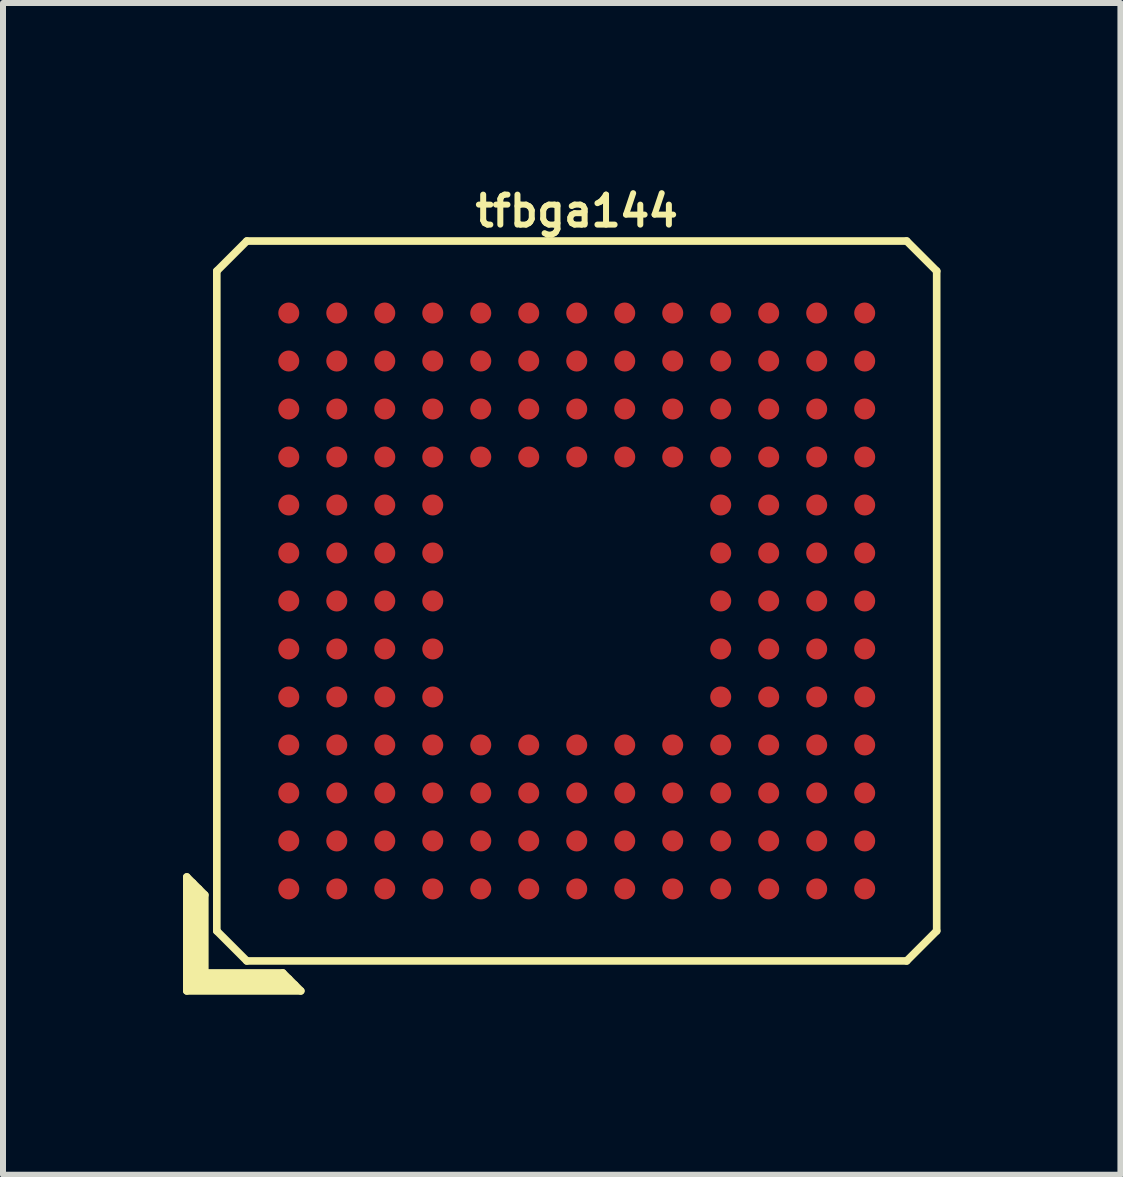
<source format=kicad_pcb>
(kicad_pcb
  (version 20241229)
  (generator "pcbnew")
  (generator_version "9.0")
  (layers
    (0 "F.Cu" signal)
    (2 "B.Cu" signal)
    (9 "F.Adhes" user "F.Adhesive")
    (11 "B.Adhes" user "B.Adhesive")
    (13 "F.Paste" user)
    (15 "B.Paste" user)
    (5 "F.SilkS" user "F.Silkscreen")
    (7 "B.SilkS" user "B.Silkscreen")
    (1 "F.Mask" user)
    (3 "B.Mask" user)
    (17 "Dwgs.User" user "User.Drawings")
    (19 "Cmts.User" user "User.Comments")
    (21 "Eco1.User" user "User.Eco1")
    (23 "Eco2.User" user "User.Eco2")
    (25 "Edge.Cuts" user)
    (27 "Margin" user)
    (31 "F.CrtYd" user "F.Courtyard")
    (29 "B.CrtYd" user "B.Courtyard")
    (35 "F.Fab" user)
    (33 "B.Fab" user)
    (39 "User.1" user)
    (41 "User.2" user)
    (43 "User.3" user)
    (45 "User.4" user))
  (footprint "tfbga144"
    (layer "F.Cu")
    (at 6.564 6.968)
    (property "Reference" "tfbga144" (at 0 -6.5 0) (layer "F.SilkS") (effects (font (size 0.5 0.5) (thickness 0.1))))
    (attr through_hole)
    (fp_line (start -6.5 4.6) (end -6.2 4.9) (stroke (width 0.127) (type solid)) (layer "F.SilkS"))
    (fp_line (start -6.5 6.5) (end -6.5 4.6) (stroke (width 0.127) (type solid)) (layer "F.SilkS"))
    (fp_line (start -6.4 6.4) (end -6.4 4.7) (stroke (width 0.127) (type solid)) (layer "F.SilkS"))
    (fp_line (start -6.3 4.8) (end -6.3 6.3) (stroke (width 0.127) (type solid)) (layer "F.SilkS"))
    (fp_line (start -6.3 6.3) (end -4.8 6.3) (stroke (width 0.127) (type solid)) (layer "F.SilkS"))
    (fp_line (start -6.2 4.9) (end -6.2 6.2) (stroke (width 0.127) (type solid)) (layer "F.SilkS"))
    (fp_line (start -6.2 6.2) (end -4.9 6.2) (stroke (width 0.127) (type solid)) (layer "F.SilkS"))
    (fp_line (start -6 -5.5) (end -5.5 -6) (stroke (width 0.127) (type solid)) (layer "F.SilkS"))
    (fp_line (start -6 5.5) (end -6 -5.5) (stroke (width 0.127) (type solid)) (layer "F.SilkS"))
    (fp_line (start -5.5 -6) (end 5.5 -6) (stroke (width 0.127) (type solid)) (layer "F.SilkS"))
    (fp_line (start -5.5 6) (end -6 5.5) (stroke (width 0.127) (type solid)) (layer "F.SilkS"))
    (fp_line (start -4.9 6.2) (end -4.6 6.5) (stroke (width 0.127) (type solid)) (layer "F.SilkS"))
    (fp_line (start -4.7 6.4) (end -6.4 6.4) (stroke (width 0.127) (type solid)) (layer "F.SilkS"))
    (fp_line (start -4.6 6.5) (end -6.5 6.5) (stroke (width 0.127) (type solid)) (layer "F.SilkS"))
    (fp_line (start 5.5 -6) (end 6 -5.5) (stroke (width 0.127) (type solid)) (layer "F.SilkS"))
    (fp_line (start 5.5 6) (end -5.5 6) (stroke (width 0.127) (type solid)) (layer "F.SilkS"))
    (fp_line (start 6 -5.5) (end 6 5.5) (stroke (width 0.127) (type solid)) (layer "F.SilkS"))
    (fp_line (start 6 5.5) (end 5.5 6) (stroke (width 0.127) (type solid)) (layer "F.SilkS"))
    (pad "A1" smd circle (at -4.8 4.8) (size 0.35 0.35) (layers "F.Cu" "F.Mask" "F.Paste"))
    (pad "A2" smd circle (at -4 4.8) (size 0.35 0.35) (layers "F.Cu" "F.Mask" "F.Paste"))
    (pad "A3" smd circle (at -3.2 4.8) (size 0.35 0.35) (layers "F.Cu" "F.Mask" "F.Paste"))
    (pad "A4" smd circle (at -2.4 4.8) (size 0.35 0.35) (layers "F.Cu" "F.Mask" "F.Paste"))
    (pad "A5" smd circle (at -1.6 4.8) (size 0.35 0.35) (layers "F.Cu" "F.Mask" "F.Paste"))
    (pad "A6" smd circle (at -0.8 4.8) (size 0.35 0.35) (layers "F.Cu" "F.Mask" "F.Paste"))
    (pad "A7" smd circle (at 0 4.8) (size 0.35 0.35) (layers "F.Cu" "F.Mask" "F.Paste"))
    (pad "A8" smd circle (at 0.8 4.8) (size 0.35 0.35) (layers "F.Cu" "F.Mask" "F.Paste"))
    (pad "A9" smd circle (at 1.6 4.8) (size 0.35 0.35) (layers "F.Cu" "F.Mask" "F.Paste"))
    (pad "A10" smd circle (at 2.4 4.8) (size 0.35 0.35) (layers "F.Cu" "F.Mask" "F.Paste"))
    (pad "A11" smd circle (at 3.2 4.8) (size 0.35 0.35) (layers "F.Cu" "F.Mask" "F.Paste"))
    (pad "A12" smd circle (at 4 4.8) (size 0.35 0.35) (layers "F.Cu" "F.Mask" "F.Paste"))
    (pad "A13" smd circle (at 4.8 4.8) (size 0.35 0.35) (layers "F.Cu" "F.Mask" "F.Paste"))
    (pad "B1" smd circle (at -4.8 4) (size 0.35 0.35) (layers "F.Cu" "F.Mask" "F.Paste"))
    (pad "B2" smd circle (at -4 4) (size 0.35 0.35) (layers "F.Cu" "F.Mask" "F.Paste"))
    (pad "B3" smd circle (at -3.2 4) (size 0.35 0.35) (layers "F.Cu" "F.Mask" "F.Paste"))
    (pad "B4" smd circle (at -2.4 4) (size 0.35 0.35) (layers "F.Cu" "F.Mask" "F.Paste"))
    (pad "B5" smd circle (at -1.6 4) (size 0.35 0.35) (layers "F.Cu" "F.Mask" "F.Paste"))
    (pad "B6" smd circle (at -0.8 4) (size 0.35 0.35) (layers "F.Cu" "F.Mask" "F.Paste"))
    (pad "B7" smd circle (at 0 4) (size 0.35 0.35) (layers "F.Cu" "F.Mask" "F.Paste"))
    (pad "B8" smd circle (at 0.8 4) (size 0.35 0.35) (layers "F.Cu" "F.Mask" "F.Paste"))
    (pad "B9" smd circle (at 1.6 4) (size 0.35 0.35) (layers "F.Cu" "F.Mask" "F.Paste"))
    (pad "B10" smd circle (at 2.4 4) (size 0.35 0.35) (layers "F.Cu" "F.Mask" "F.Paste"))
    (pad "B11" smd circle (at 3.2 4) (size 0.35 0.35) (layers "F.Cu" "F.Mask" "F.Paste"))
    (pad "B12" smd circle (at 4 4) (size 0.35 0.35) (layers "F.Cu" "F.Mask" "F.Paste"))
    (pad "B13" smd circle (at 4.8 4) (size 0.35 0.35) (layers "F.Cu" "F.Mask" "F.Paste"))
    (pad "C1" smd circle (at -4.8 3.2) (size 0.35 0.35) (layers "F.Cu" "F.Mask" "F.Paste"))
    (pad "C2" smd circle (at -4 3.2) (size 0.35 0.35) (layers "F.Cu" "F.Mask" "F.Paste"))
    (pad "C3" smd circle (at -3.2 3.2) (size 0.35 0.35) (layers "F.Cu" "F.Mask" "F.Paste"))
    (pad "C4" smd circle (at -2.4 3.2) (size 0.35 0.35) (layers "F.Cu" "F.Mask" "F.Paste"))
    (pad "C5" smd circle (at -1.6 3.2) (size 0.35 0.35) (layers "F.Cu" "F.Mask" "F.Paste"))
    (pad "C6" smd circle (at -0.8 3.2) (size 0.35 0.35) (layers "F.Cu" "F.Mask" "F.Paste"))
    (pad "C7" smd circle (at 0 3.2) (size 0.35 0.35) (layers "F.Cu" "F.Mask" "F.Paste"))
    (pad "C8" smd circle (at 0.8 3.2) (size 0.35 0.35) (layers "F.Cu" "F.Mask" "F.Paste"))
    (pad "C9" smd circle (at 1.6 3.2) (size 0.35 0.35) (layers "F.Cu" "F.Mask" "F.Paste"))
    (pad "C10" smd circle (at 2.4 3.2) (size 0.35 0.35) (layers "F.Cu" "F.Mask" "F.Paste"))
    (pad "C11" smd circle (at 3.2 3.2) (size 0.35 0.35) (layers "F.Cu" "F.Mask" "F.Paste"))
    (pad "C12" smd circle (at 4 3.2) (size 0.35 0.35) (layers "F.Cu" "F.Mask" "F.Paste"))
    (pad "C13" smd circle (at 4.8 3.2) (size 0.35 0.35) (layers "F.Cu" "F.Mask" "F.Paste"))
    (pad "D1" smd circle (at -4.8 2.4) (size 0.35 0.35) (layers "F.Cu" "F.Mask" "F.Paste"))
    (pad "D2" smd circle (at -4 2.4) (size 0.35 0.35) (layers "F.Cu" "F.Mask" "F.Paste"))
    (pad "D3" smd circle (at -3.2 2.4) (size 0.35 0.35) (layers "F.Cu" "F.Mask" "F.Paste"))
    (pad "D4" smd circle (at -2.4 2.4) (size 0.35 0.35) (layers "F.Cu" "F.Mask" "F.Paste"))
    (pad "D5" smd circle (at -1.6 2.4) (size 0.35 0.35) (layers "F.Cu" "F.Mask" "F.Paste"))
    (pad "D6" smd circle (at -0.8 2.4) (size 0.35 0.35) (layers "F.Cu" "F.Mask" "F.Paste"))
    (pad "D7" smd circle (at 0 2.4) (size 0.35 0.35) (layers "F.Cu" "F.Mask" "F.Paste"))
    (pad "D8" smd circle (at 0.8 2.4) (size 0.35 0.35) (layers "F.Cu" "F.Mask" "F.Paste"))
    (pad "D9" smd circle (at 1.6 2.4) (size 0.35 0.35) (layers "F.Cu" "F.Mask" "F.Paste"))
    (pad "D10" smd circle (at 2.4 2.4) (size 0.35 0.35) (layers "F.Cu" "F.Mask" "F.Paste"))
    (pad "D11" smd circle (at 3.2 2.4) (size 0.35 0.35) (layers "F.Cu" "F.Mask" "F.Paste"))
    (pad "D12" smd circle (at 4 2.4) (size 0.35 0.35) (layers "F.Cu" "F.Mask" "F.Paste"))
    (pad "D13" smd circle (at 4.8 2.4) (size 0.35 0.35) (layers "F.Cu" "F.Mask" "F.Paste"))
    (pad "E1" smd circle (at -4.8 1.6) (size 0.35 0.35) (layers "F.Cu" "F.Mask" "F.Paste"))
    (pad "E2" smd circle (at -4 1.6) (size 0.35 0.35) (layers "F.Cu" "F.Mask" "F.Paste"))
    (pad "E3" smd circle (at -3.2 1.6) (size 0.35 0.35) (layers "F.Cu" "F.Mask" "F.Paste"))
    (pad "E4" smd circle (at -2.4 1.6) (size 0.35 0.35) (layers "F.Cu" "F.Mask" "F.Paste"))
    (pad "E10" smd circle (at 2.4 1.6) (size 0.35 0.35) (layers "F.Cu" "F.Mask" "F.Paste"))
    (pad "E11" smd circle (at 3.2 1.6) (size 0.35 0.35) (layers "F.Cu" "F.Mask" "F.Paste"))
    (pad "E12" smd circle (at 4 1.6) (size 0.35 0.35) (layers "F.Cu" "F.Mask" "F.Paste"))
    (pad "E13" smd circle (at 4.8 1.6) (size 0.35 0.35) (layers "F.Cu" "F.Mask" "F.Paste"))
    (pad "F1" smd circle (at -4.8 0.8) (size 0.35 0.35) (layers "F.Cu" "F.Mask" "F.Paste"))
    (pad "F2" smd circle (at -4 0.8) (size 0.35 0.35) (layers "F.Cu" "F.Mask" "F.Paste"))
    (pad "F3" smd circle (at -3.2 0.8) (size 0.35 0.35) (layers "F.Cu" "F.Mask" "F.Paste"))
    (pad "F4" smd circle (at -2.4 0.8) (size 0.35 0.35) (layers "F.Cu" "F.Mask" "F.Paste"))
    (pad "F10" smd circle (at 2.4 0.8) (size 0.35 0.35) (layers "F.Cu" "F.Mask" "F.Paste"))
    (pad "F11" smd circle (at 3.2 0.8) (size 0.35 0.35) (layers "F.Cu" "F.Mask" "F.Paste"))
    (pad "F12" smd circle (at 4 0.8) (size 0.35 0.35) (layers "F.Cu" "F.Mask" "F.Paste"))
    (pad "F13" smd circle (at 4.8 0.8) (size 0.35 0.35) (layers "F.Cu" "F.Mask" "F.Paste"))
    (pad "G1" smd circle (at -4.8 0) (size 0.35 0.35) (layers "F.Cu" "F.Mask" "F.Paste"))
    (pad "G2" smd circle (at -4 0) (size 0.35 0.35) (layers "F.Cu" "F.Mask" "F.Paste"))
    (pad "G3" smd circle (at -3.2 0) (size 0.35 0.35) (layers "F.Cu" "F.Mask" "F.Paste"))
    (pad "G4" smd circle (at -2.4 0) (size 0.35 0.35) (layers "F.Cu" "F.Mask" "F.Paste"))
    (pad "G10" smd circle (at 2.4 0) (size 0.35 0.35) (layers "F.Cu" "F.Mask" "F.Paste"))
    (pad "G11" smd circle (at 3.2 0) (size 0.35 0.35) (layers "F.Cu" "F.Mask" "F.Paste"))
    (pad "G12" smd circle (at 4 0) (size 0.35 0.35) (layers "F.Cu" "F.Mask" "F.Paste"))
    (pad "G13" smd circle (at 4.8 0) (size 0.35 0.35) (layers "F.Cu" "F.Mask" "F.Paste"))
    (pad "H1" smd circle (at -4.8 -0.8) (size 0.35 0.35) (layers "F.Cu" "F.Mask" "F.Paste"))
    (pad "H2" smd circle (at -4 -0.8) (size 0.35 0.35) (layers "F.Cu" "F.Mask" "F.Paste"))
    (pad "H3" smd circle (at -3.2 -0.8) (size 0.35 0.35) (layers "F.Cu" "F.Mask" "F.Paste"))
    (pad "H4" smd circle (at -2.4 -0.8) (size 0.35 0.35) (layers "F.Cu" "F.Mask" "F.Paste"))
    (pad "H10" smd circle (at 2.4 -0.8) (size 0.35 0.35) (layers "F.Cu" "F.Mask" "F.Paste"))
    (pad "H11" smd circle (at 3.2 -0.8) (size 0.35 0.35) (layers "F.Cu" "F.Mask" "F.Paste"))
    (pad "H12" smd circle (at 4 -0.8) (size 0.35 0.35) (layers "F.Cu" "F.Mask" "F.Paste"))
    (pad "H13" smd circle (at 4.8 -0.8) (size 0.35 0.35) (layers "F.Cu" "F.Mask" "F.Paste"))
    (pad "J1" smd circle (at -4.8 -1.6) (size 0.35 0.35) (layers "F.Cu" "F.Mask" "F.Paste"))
    (pad "J2" smd circle (at -4 -1.6) (size 0.35 0.35) (layers "F.Cu" "F.Mask" "F.Paste"))
    (pad "J3" smd circle (at -3.2 -1.6) (size 0.35 0.35) (layers "F.Cu" "F.Mask" "F.Paste"))
    (pad "J4" smd circle (at -2.4 -1.6) (size 0.35 0.35) (layers "F.Cu" "F.Mask" "F.Paste"))
    (pad "J10" smd circle (at 2.4 -1.6) (size 0.35 0.35) (layers "F.Cu" "F.Mask" "F.Paste"))
    (pad "J11" smd circle (at 3.2 -1.6) (size 0.35 0.35) (layers "F.Cu" "F.Mask" "F.Paste"))
    (pad "J12" smd circle (at 4 -1.6) (size 0.35 0.35) (layers "F.Cu" "F.Mask" "F.Paste"))
    (pad "J13" smd circle (at 4.8 -1.6) (size 0.35 0.35) (layers "F.Cu" "F.Mask" "F.Paste"))
    (pad "K1" smd circle (at -4.8 -2.4) (size 0.35 0.35) (layers "F.Cu" "F.Mask" "F.Paste"))
    (pad "K2" smd circle (at -4 -2.4) (size 0.35 0.35) (layers "F.Cu" "F.Mask" "F.Paste"))
    (pad "K3" smd circle (at -3.2 -2.4) (size 0.35 0.35) (layers "F.Cu" "F.Mask" "F.Paste"))
    (pad "K4" smd circle (at -2.4 -2.4) (size 0.35 0.35) (layers "F.Cu" "F.Mask" "F.Paste"))
    (pad "K5" smd circle (at -1.6 -2.4) (size 0.35 0.35) (layers "F.Cu" "F.Mask" "F.Paste"))
    (pad "K6" smd circle (at -0.8 -2.4) (size 0.35 0.35) (layers "F.Cu" "F.Mask" "F.Paste"))
    (pad "K7" smd circle (at 0 -2.4) (size 0.35 0.35) (layers "F.Cu" "F.Mask" "F.Paste"))
    (pad "K8" smd circle (at 0.8 -2.4) (size 0.35 0.35) (layers "F.Cu" "F.Mask" "F.Paste"))
    (pad "K9" smd circle (at 1.6 -2.4) (size 0.35 0.35) (layers "F.Cu" "F.Mask" "F.Paste"))
    (pad "K10" smd circle (at 2.4 -2.4) (size 0.35 0.35) (layers "F.Cu" "F.Mask" "F.Paste"))
    (pad "K11" smd circle (at 3.2 -2.4) (size 0.35 0.35) (layers "F.Cu" "F.Mask" "F.Paste"))
    (pad "K12" smd circle (at 4 -2.4) (size 0.35 0.35) (layers "F.Cu" "F.Mask" "F.Paste"))
    (pad "K13" smd circle (at 4.8 -2.4) (size 0.35 0.35) (layers "F.Cu" "F.Mask" "F.Paste"))
    (pad "L1" smd circle (at -4.8 -3.2) (size 0.35 0.35) (layers "F.Cu" "F.Mask" "F.Paste"))
    (pad "L2" smd circle (at -4 -3.2) (size 0.35 0.35) (layers "F.Cu" "F.Mask" "F.Paste"))
    (pad "L3" smd circle (at -3.2 -3.2) (size 0.35 0.35) (layers "F.Cu" "F.Mask" "F.Paste"))
    (pad "L4" smd circle (at -2.4 -3.2) (size 0.35 0.35) (layers "F.Cu" "F.Mask" "F.Paste"))
    (pad "L5" smd circle (at -1.6 -3.2) (size 0.35 0.35) (layers "F.Cu" "F.Mask" "F.Paste"))
    (pad "L6" smd circle (at -0.8 -3.2) (size 0.35 0.35) (layers "F.Cu" "F.Mask" "F.Paste"))
    (pad "L7" smd circle (at 0 -3.2) (size 0.35 0.35) (layers "F.Cu" "F.Mask" "F.Paste"))
    (pad "L8" smd circle (at 0.8 -3.2) (size 0.35 0.35) (layers "F.Cu" "F.Mask" "F.Paste"))
    (pad "L9" smd circle (at 1.6 -3.2) (size 0.35 0.35) (layers "F.Cu" "F.Mask" "F.Paste"))
    (pad "L10" smd circle (at 2.4 -3.2) (size 0.35 0.35) (layers "F.Cu" "F.Mask" "F.Paste"))
    (pad "L11" smd circle (at 3.2 -3.2) (size 0.35 0.35) (layers "F.Cu" "F.Mask" "F.Paste"))
    (pad "L12" smd circle (at 4 -3.2) (size 0.35 0.35) (layers "F.Cu" "F.Mask" "F.Paste"))
    (pad "L13" smd circle (at 4.8 -3.2) (size 0.35 0.35) (layers "F.Cu" "F.Mask" "F.Paste"))
    (pad "M1" smd circle (at -4.8 -4) (size 0.35 0.35) (layers "F.Cu" "F.Mask" "F.Paste"))
    (pad "M2" smd circle (at -4 -4) (size 0.35 0.35) (layers "F.Cu" "F.Mask" "F.Paste"))
    (pad "M3" smd circle (at -3.2 -4) (size 0.35 0.35) (layers "F.Cu" "F.Mask" "F.Paste"))
    (pad "M4" smd circle (at -2.4 -4) (size 0.35 0.35) (layers "F.Cu" "F.Mask" "F.Paste"))
    (pad "M5" smd circle (at -1.6 -4) (size 0.35 0.35) (layers "F.Cu" "F.Mask" "F.Paste"))
    (pad "M6" smd circle (at -0.8 -4) (size 0.35 0.35) (layers "F.Cu" "F.Mask" "F.Paste"))
    (pad "M7" smd circle (at 0 -4) (size 0.35 0.35) (layers "F.Cu" "F.Mask" "F.Paste"))
    (pad "M8" smd circle (at 0.8 -4) (size 0.35 0.35) (layers "F.Cu" "F.Mask" "F.Paste"))
    (pad "M9" smd circle (at 1.6 -4) (size 0.35 0.35) (layers "F.Cu" "F.Mask" "F.Paste"))
    (pad "M10" smd circle (at 2.4 -4) (size 0.35 0.35) (layers "F.Cu" "F.Mask" "F.Paste"))
    (pad "M11" smd circle (at 3.2 -4) (size 0.35 0.35) (layers "F.Cu" "F.Mask" "F.Paste"))
    (pad "M12" smd circle (at 4 -4) (size 0.35 0.35) (layers "F.Cu" "F.Mask" "F.Paste"))
    (pad "M13" smd circle (at 4.8 -4) (size 0.35 0.35) (layers "F.Cu" "F.Mask" "F.Paste"))
    (pad "N1" smd circle (at -4.8 -4.8) (size 0.35 0.35) (layers "F.Cu" "F.Mask" "F.Paste"))
    (pad "N2" smd circle (at -4 -4.8) (size 0.35 0.35) (layers "F.Cu" "F.Mask" "F.Paste"))
    (pad "N3" smd circle (at -3.2 -4.8) (size 0.35 0.35) (layers "F.Cu" "F.Mask" "F.Paste"))
    (pad "N4" smd circle (at -2.4 -4.8) (size 0.35 0.35) (layers "F.Cu" "F.Mask" "F.Paste"))
    (pad "N5" smd circle (at -1.6 -4.8) (size 0.35 0.35) (layers "F.Cu" "F.Mask" "F.Paste"))
    (pad "N6" smd circle (at -0.8 -4.8) (size 0.35 0.35) (layers "F.Cu" "F.Mask" "F.Paste"))
    (pad "N7" smd circle (at 0 -4.8) (size 0.35 0.35) (layers "F.Cu" "F.Mask" "F.Paste"))
    (pad "N8" smd circle (at 0.8 -4.8) (size 0.35 0.35) (layers "F.Cu" "F.Mask" "F.Paste"))
    (pad "N9" smd circle (at 1.6 -4.8) (size 0.35 0.35) (layers "F.Cu" "F.Mask" "F.Paste"))
    (pad "N10" smd circle (at 2.4 -4.8) (size 0.35 0.35) (layers "F.Cu" "F.Mask" "F.Paste"))
    (pad "N11" smd circle (at 3.2 -4.8) (size 0.35 0.35) (layers "F.Cu" "F.Mask" "F.Paste"))
    (pad "N12" smd circle (at 4 -4.8) (size 0.35 0.35) (layers "F.Cu" "F.Mask" "F.Paste"))
    (pad "N13" smd circle (at 4.8 -4.8) (size 0.35 0.35) (layers "F.Cu" "F.Mask" "F.Paste")))
  (gr_rect
    (start -3 -3)
    (end 15.627 16.532)
    (stroke (width 0.1) (type default))
    (fill no)
    (layer "Edge.Cuts")))
</source>
